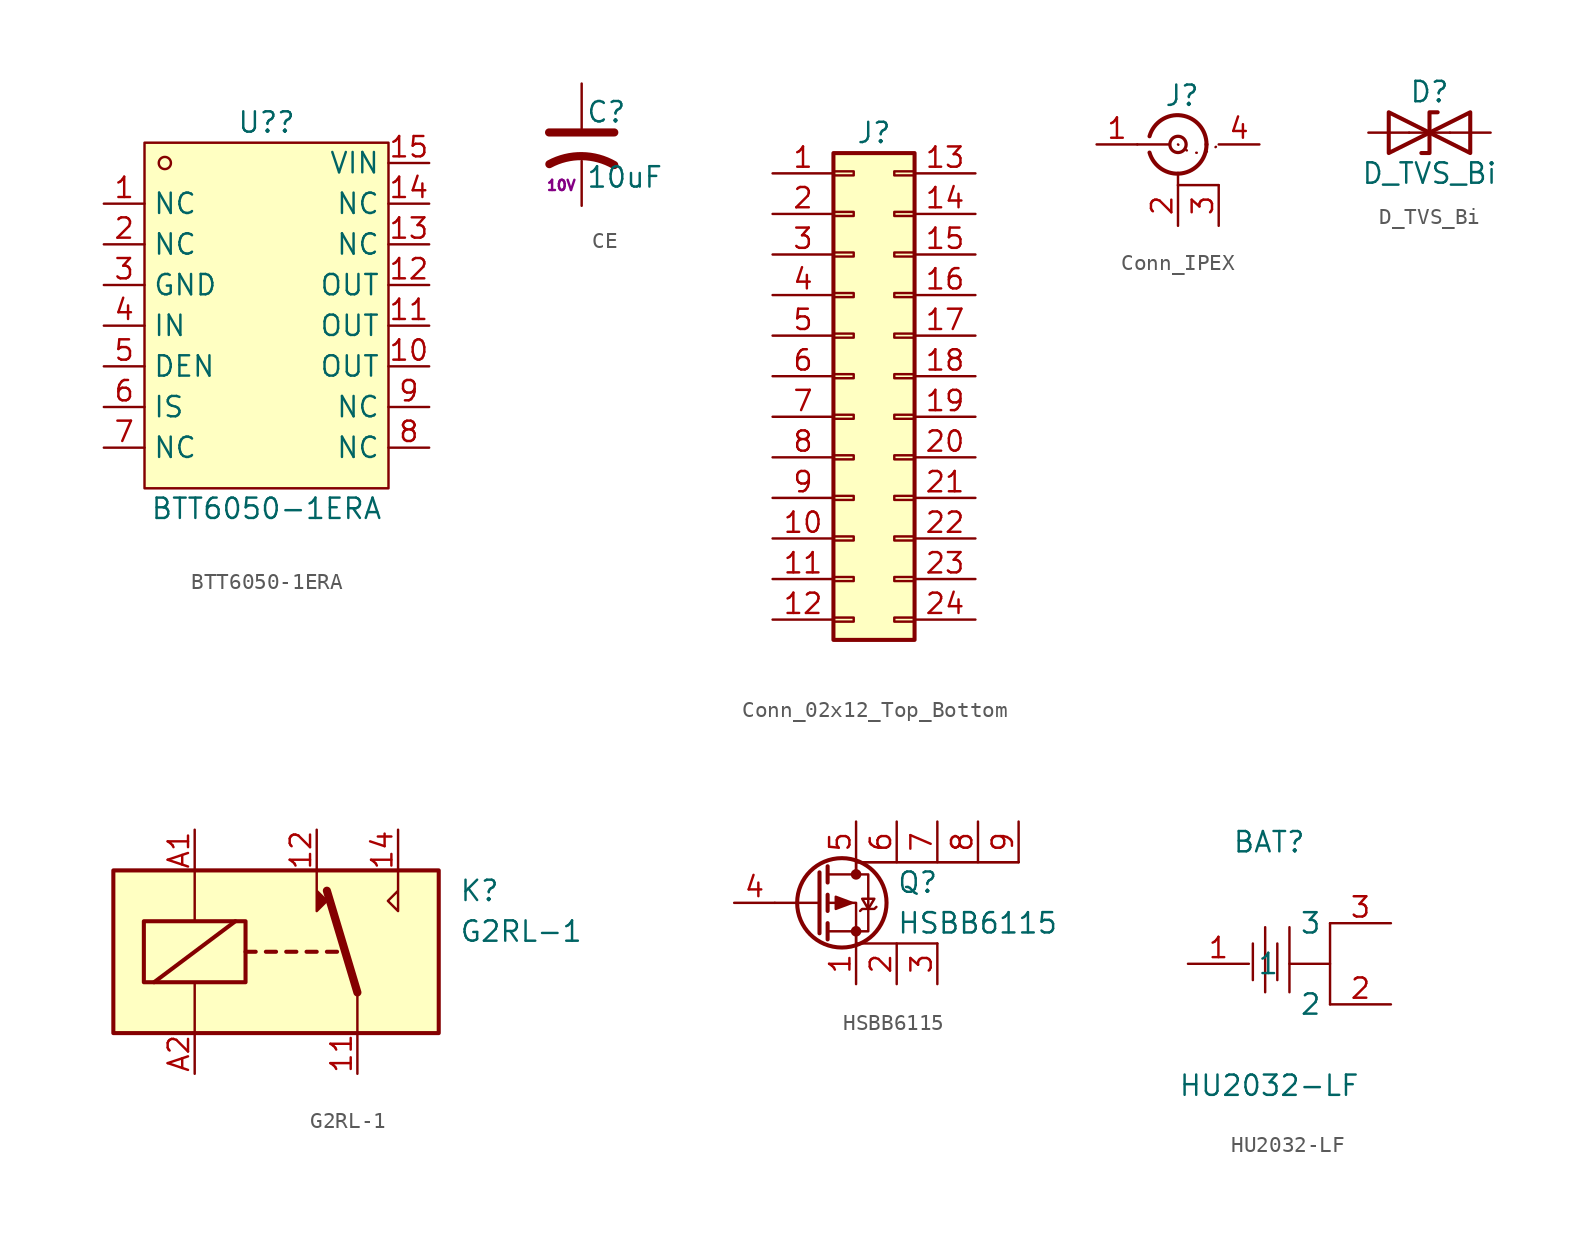
<source format=kicad_sym>
(kicad_symbol_lib
  (version 20241209)
  (generator "kicad_symbol_editor")
  (generator_version "9.0")
  (symbol "BTT6050-1ERA"
    (property "Reference" "U?"
      (at 0 6.35 0)
      (effects (font (size 1.27 1.27))))
    (property "Value" "BTT6050-1ERA"
      (at 0 -17.78 0)
      (effects (font (size 1.27 1.27))))
    (symbol "BTT6050-1ERA_0_1"
      (rectangle (start -7.62 5.08) (end 7.62 -16.51) (stroke (width 0) (type default)) (fill (type background)))
      (circle (center -6.35 3.81) (radius 0.38) (stroke (width 0) (type default)) (fill (type none))))
    (symbol "BTT6050-1ERA_1_1"
      (pin free line (at -10.16 1.27 0) (length 2.54) (name "NC" (effects (font (size 1.27 1.27)))) (number "1" (effects (font (size 1.27 1.27)))))
      (pin free line (at -10.16 -1.27 0) (length 2.54) (name "NC" (effects (font (size 1.27 1.27)))) (number "2" (effects (font (size 1.27 1.27)))))
      (pin power_in line (at -10.16 -3.81 0) (length 2.54) (name "GND" (effects (font (size 1.27 1.27)))) (number "3" (effects (font (size 1.27 1.27)))))
      (pin input line (at -10.16 -6.35 0) (length 2.54) (name "IN" (effects (font (size 1.27 1.27)))) (number "4" (effects (font (size 1.27 1.27)))))
      (pin input line (at -10.16 -8.89 0) (length 2.54) (name "DEN" (effects (font (size 1.27 1.27)))) (number "5" (effects (font (size 1.27 1.27)))))
      (pin output line (at -10.16 -11.43 0) (length 2.54) (name "IS" (effects (font (size 1.27 1.27)))) (number "6" (effects (font (size 1.27 1.27)))))
      (pin free line (at -10.16 -13.97 0) (length 2.54) (name "NC" (effects (font (size 1.27 1.27)))) (number "7" (effects (font (size 1.27 1.27)))))
      (pin power_in line (at 10.16 3.81 180) (length 2.54) (name "VIN" (effects (font (size 1.27 1.27)))) (number "15" (effects (font (size 1.27 1.27)))))
      (pin free line (at 10.16 1.27 180) (length 2.54) (name "NC" (effects (font (size 1.27 1.27)))) (number "14" (effects (font (size 1.27 1.27)))))
      (pin free line (at 10.16 -1.27 180) (length 2.54) (name "NC" (effects (font (size 1.27 1.27)))) (number "13" (effects (font (size 1.27 1.27)))))
      (pin power_out line (at 10.16 -3.81 180) (length 2.54) (name "OUT" (effects (font (size 1.27 1.27)))) (number "12" (effects (font (size 1.27 1.27)))))
      (pin power_out line (at 10.16 -6.35 180) (length 2.54) (name "OUT" (effects (font (size 1.27 1.27)))) (number "11" (effects (font (size 1.27 1.27)))))
      (pin power_out line (at 10.16 -8.89 180) (length 2.54) (name "OUT" (effects (font (size 1.27 1.27)))) (number "10" (effects (font (size 1.27 1.27)))))
      (pin free line (at 10.16 -11.43 180) (length 2.54) (name "NC" (effects (font (size 1.27 1.27)))) (number "9" (effects (font (size 1.27 1.27)))))
      (pin free line (at 10.16 -13.97 180) (length 2.54) (name "NC" (effects (font (size 1.27 1.27)))) (number "8" (effects (font (size 1.27 1.27)))))))
  (symbol "CE"
    (pin_numbers
      (hide yes))
    (pin_names
      (offset 0)
      (hide yes))
    (property "Reference" "C"
      (at 0.254 2.032 0)
      (do_not_autoplace)
      (effects (font (size 1.27 1.27)) (justify left)))
    (property "Value" "10uF"
      (at 0.254 -2.032 0)
      (do_not_autoplace)
      (effects (font (size 1.27 1.27)) (justify left)))
    (property "Voltage" "10V"
      (at -1.27 -2.54 0)
      (do_not_autoplace)
      (effects (font (size 0.635 0.635))))
    (symbol "CE_0_1"
      (polyline (pts (xy -2.032 0.762) (xy 2.032 0.762)) (stroke (width 0.508) (type default)) (fill (type none)))
      (arc (start -2.0137 -1.2146) (mid 0.0164 -0.7146) (end 2.032 -1.27) (stroke (width 0.508) (type default)) (fill (type none))))
    (symbol "CE_1_1"
      (pin passive line (at 0 3.81 270) (length 2.794) (name "~" (effects (font (size 1.27 1.27)))) (number "1" (effects (font (size 1.27 1.27)))))
      (pin passive line (at 0 -3.81 90) (length 2.794) (name "~" (effects (font (size 1.27 1.27)))) (number "2" (effects (font (size 1.27 1.27)))))))
  (symbol "Conn_02x12_Top_Bottom"
    (pin_names
      (offset 1.016)
      (hide yes))
    (property "Reference" "J"
      (at 1.27 15.24 0)
      (effects (font (size 1.27 1.27))))
    (symbol "Conn_02x12_Top_Bottom_1_1"
      (rectangle (start -1.27 13.97) (end 3.81 -16.51) (stroke (width 0.254) (type default)) (fill (type background)))
      (rectangle (start -1.27 12.827) (end 0 12.573) (stroke (width 0.152) (type default)) (fill (type none)))
      (rectangle (start -1.27 10.287) (end 0 10.033) (stroke (width 0.152) (type default)) (fill (type none)))
      (rectangle (start -1.27 7.747) (end 0 7.493) (stroke (width 0.152) (type default)) (fill (type none)))
      (rectangle (start -1.27 5.207) (end 0 4.953) (stroke (width 0.152) (type default)) (fill (type none)))
      (rectangle (start -1.27 2.667) (end 0 2.413) (stroke (width 0.152) (type default)) (fill (type none)))
      (rectangle (start -1.27 0.127) (end 0 -0.127) (stroke (width 0.152) (type default)) (fill (type none)))
      (rectangle (start -1.27 -2.413) (end 0 -2.667) (stroke (width 0.152) (type default)) (fill (type none)))
      (rectangle (start -1.27 -4.953) (end 0 -5.207) (stroke (width 0.152) (type default)) (fill (type none)))
      (rectangle (start -1.27 -7.493) (end 0 -7.747) (stroke (width 0.152) (type default)) (fill (type none)))
      (rectangle (start -1.27 -10.033) (end 0 -10.287) (stroke (width 0.152) (type default)) (fill (type none)))
      (rectangle (start -1.27 -12.573) (end 0 -12.827) (stroke (width 0.152) (type default)) (fill (type none)))
      (rectangle (start -1.27 -15.113) (end 0 -15.367) (stroke (width 0.152) (type default)) (fill (type none)))
      (rectangle (start 3.81 12.827) (end 2.54 12.573) (stroke (width 0.152) (type default)) (fill (type none)))
      (rectangle (start 3.81 10.287) (end 2.54 10.033) (stroke (width 0.152) (type default)) (fill (type none)))
      (rectangle (start 3.81 7.747) (end 2.54 7.493) (stroke (width 0.152) (type default)) (fill (type none)))
      (rectangle (start 3.81 5.207) (end 2.54 4.953) (stroke (width 0.152) (type default)) (fill (type none)))
      (rectangle (start 3.81 2.667) (end 2.54 2.413) (stroke (width 0.152) (type default)) (fill (type none)))
      (rectangle (start 3.81 0.127) (end 2.54 -0.127) (stroke (width 0.152) (type default)) (fill (type none)))
      (rectangle (start 3.81 -2.413) (end 2.54 -2.667) (stroke (width 0.152) (type default)) (fill (type none)))
      (rectangle (start 3.81 -4.953) (end 2.54 -5.207) (stroke (width 0.152) (type default)) (fill (type none)))
      (rectangle (start 3.81 -7.493) (end 2.54 -7.747) (stroke (width 0.152) (type default)) (fill (type none)))
      (rectangle (start 3.81 -10.033) (end 2.54 -10.287) (stroke (width 0.152) (type default)) (fill (type none)))
      (rectangle (start 3.81 -12.573) (end 2.54 -12.827) (stroke (width 0.152) (type default)) (fill (type none)))
      (rectangle (start 3.81 -15.113) (end 2.54 -15.367) (stroke (width 0.152) (type default)) (fill (type none)))
      (pin passive line (at -5.08 12.7 0) (length 3.81) (name "Pin_1" (effects (font (size 1.27 1.27)))) (number "1" (effects (font (size 1.27 1.27)))))
      (pin passive line (at -5.08 10.16 0) (length 3.81) (name "Pin_2" (effects (font (size 1.27 1.27)))) (number "2" (effects (font (size 1.27 1.27)))))
      (pin passive line (at -5.08 7.62 0) (length 3.81) (name "Pin_3" (effects (font (size 1.27 1.27)))) (number "3" (effects (font (size 1.27 1.27)))))
      (pin passive line (at -5.08 5.08 0) (length 3.81) (name "Pin_4" (effects (font (size 1.27 1.27)))) (number "4" (effects (font (size 1.27 1.27)))))
      (pin passive line (at -5.08 2.54 0) (length 3.81) (name "Pin_5" (effects (font (size 1.27 1.27)))) (number "5" (effects (font (size 1.27 1.27)))))
      (pin passive line (at -5.08 0 0) (length 3.81) (name "Pin_6" (effects (font (size 1.27 1.27)))) (number "6" (effects (font (size 1.27 1.27)))))
      (pin passive line (at -5.08 -2.54 0) (length 3.81) (name "Pin_7" (effects (font (size 1.27 1.27)))) (number "7" (effects (font (size 1.27 1.27)))))
      (pin passive line (at -5.08 -5.08 0) (length 3.81) (name "Pin_8" (effects (font (size 1.27 1.27)))) (number "8" (effects (font (size 1.27 1.27)))))
      (pin passive line (at -5.08 -7.62 0) (length 3.81) (name "Pin_9" (effects (font (size 1.27 1.27)))) (number "9" (effects (font (size 1.27 1.27)))))
      (pin passive line (at -5.08 -10.16 0) (length 3.81) (name "Pin_10" (effects (font (size 1.27 1.27)))) (number "10" (effects (font (size 1.27 1.27)))))
      (pin passive line (at -5.08 -12.7 0) (length 3.81) (name "Pin_11" (effects (font (size 1.27 1.27)))) (number "11" (effects (font (size 1.27 1.27)))))
      (pin passive line (at -5.08 -15.24 0) (length 3.81) (name "Pin_12" (effects (font (size 1.27 1.27)))) (number "12" (effects (font (size 1.27 1.27)))))
      (pin passive line (at 7.62 12.7 180) (length 3.81) (name "Pin_13" (effects (font (size 1.27 1.27)))) (number "13" (effects (font (size 1.27 1.27)))))
      (pin passive line (at 7.62 10.16 180) (length 3.81) (name "Pin_14" (effects (font (size 1.27 1.27)))) (number "14" (effects (font (size 1.27 1.27)))))
      (pin passive line (at 7.62 7.62 180) (length 3.81) (name "Pin_15" (effects (font (size 1.27 1.27)))) (number "15" (effects (font (size 1.27 1.27)))))
      (pin passive line (at 7.62 5.08 180) (length 3.81) (name "Pin_16" (effects (font (size 1.27 1.27)))) (number "16" (effects (font (size 1.27 1.27)))))
      (pin passive line (at 7.62 2.54 180) (length 3.81) (name "Pin_17" (effects (font (size 1.27 1.27)))) (number "17" (effects (font (size 1.27 1.27)))))
      (pin passive line (at 7.62 0 180) (length 3.81) (name "Pin_18" (effects (font (size 1.27 1.27)))) (number "18" (effects (font (size 1.27 1.27)))))
      (pin passive line (at 7.62 -2.54 180) (length 3.81) (name "Pin_19" (effects (font (size 1.27 1.27)))) (number "19" (effects (font (size 1.27 1.27)))))
      (pin passive line (at 7.62 -5.08 180) (length 3.81) (name "Pin_20" (effects (font (size 1.27 1.27)))) (number "20" (effects (font (size 1.27 1.27)))))
      (pin passive line (at 7.62 -7.62 180) (length 3.81) (name "Pin_21" (effects (font (size 1.27 1.27)))) (number "21" (effects (font (size 1.27 1.27)))))
      (pin passive line (at 7.62 -10.16 180) (length 3.81) (name "Pin_22" (effects (font (size 1.27 1.27)))) (number "22" (effects (font (size 1.27 1.27)))))
      (pin passive line (at 7.62 -12.7 180) (length 3.81) (name "Pin_23" (effects (font (size 1.27 1.27)))) (number "23" (effects (font (size 1.27 1.27)))))
      (pin passive line (at 7.62 -15.24 180) (length 3.81) (name "Pin_24" (effects (font (size 1.27 1.27)))) (number "24" (effects (font (size 1.27 1.27)))))))
  (symbol "Conn_IPEX"
    (pin_names
      (offset 1.016)
      (hide yes))
    (property "Reference" "J"
      (at 0.254 3.048 0)
      (effects (font (size 1.27 1.27))))
    (symbol "Conn_IPEX_0_1"
      (polyline (pts (xy -2.54 0) (xy -0.508 0)) (stroke (width 0) (type default)) (fill (type none)))
      (arc (start 1.778 0) (mid 0.222 -1.8079) (end -1.778 -0.508) (stroke (width 0.254) (type default)) (fill (type none)))
      (arc (start -1.778 0.508) (mid 0.2221 1.8084) (end 1.778 0) (stroke (width 0.254) (type default)) (fill (type none)))
      (circle (center 0 0) (radius 0.508) (stroke (width 0.203) (type default)) (fill (type none)))
      (polyline (pts (xy 0 -2.54) (xy 0 -1.778)) (stroke (width 0) (type default)) (fill (type none)))
      (polyline (pts (xy 2.54 -2.54) (xy 0 -2.54)) (stroke (width 0) (type default)) (fill (type none))))
    (symbol "Conn_IPEX_1_1"
      (arc (start 2.54 0) (mid 1.27 -0.5261) (end 0 0) (stroke (width 0) (type dot)) (fill (type none)))
      (pin passive line (at -5.08 0 0) (length 2.54) (name "In" (effects (font (size 1.27 1.27)))) (number "1" (effects (font (size 1.27 1.27)))))
      (pin passive line (at 0 -5.08 90) (length 2.54) (name "Ext" (effects (font (size 1.27 1.27)))) (number "2" (effects (font (size 1.27 1.27)))))
      (pin passive line (at 2.54 -5.08 90) (length 2.54) (name "Ext" (effects (font (size 1.27 1.27)))) (number "3" (effects (font (size 1.27 1.27)))))
      (pin passive line (at 5.08 0 180) (length 2.54) (name "PT" (effects (font (size 1.27 1.27)))) (number "4" (effects (font (size 1.27 1.27)))))))
  (symbol "D_TVS_Bi"
    (pin_numbers
      (hide yes))
    (pin_names
      (offset 1.016)
      (hide yes))
    (property "Reference" "D"
      (at 0 2.54 0)
      (effects (font (size 1.27 1.27))))
    (property "Value" "D_TVS_Bi"
      (at 0 -2.54 0)
      (effects (font (size 1.27 1.27))))
    (symbol "D_TVS_Bi_0_1"
      (polyline (pts (xy -2.54 1.27) (xy -2.54 -1.27) (xy 2.54 1.27) (xy 2.54 -1.27) (xy -2.54 1.27)) (stroke (width 0.254) (type default)) (fill (type none)))
      (polyline (pts (xy 0.508 1.27) (xy 0 1.27) (xy 0 -1.27) (xy -0.508 -1.27)) (stroke (width 0.254) (type default)) (fill (type none)))
      (polyline (pts (xy 1.27 0) (xy -1.27 0)) (stroke (width 0) (type default)) (fill (type none))))
    (symbol "D_TVS_Bi_1_1"
      (pin passive line (at -3.81 0 0) (length 2.54) (name "A1" (effects (font (size 1.27 1.27)))) (number "1" (effects (font (size 1.27 1.27)))))
      (pin passive line (at 3.81 0 180) (length 2.54) (name "A2" (effects (font (size 1.27 1.27)))) (number "2" (effects (font (size 1.27 1.27)))))))
  (symbol "G2RL-1"
    (property "Reference" "K"
      (at 11.43 3.81 0)
      (effects (font (size 1.27 1.27)) (justify left)))
    (property "Value" "G2RL-1"
      (at 11.43 1.27 0)
      (effects (font (size 1.27 1.27)) (justify left)))
    (symbol "G2RL-1_0_0"
      (polyline (pts (xy 7.62 5.08) (xy 7.62 2.54) (xy 6.985 3.175) (xy 7.62 3.81)) (stroke (width 0) (type default)) (fill (type none))))
    (symbol "G2RL-1_0_1"
      (rectangle (start -10.16 5.08) (end 10.16 -5.08) (stroke (width 0.254) (type default)) (fill (type background)))
      (rectangle (start -8.255 1.905) (end -1.905 -1.905) (stroke (width 0.254) (type default)) (fill (type none)))
      (polyline (pts (xy -7.62 -1.905) (xy -2.54 1.905)) (stroke (width 0.254) (type default)) (fill (type none)))
      (polyline (pts (xy -5.08 5.08) (xy -5.08 1.905)) (stroke (width 0) (type default)) (fill (type none)))
      (polyline (pts (xy -5.08 -5.08) (xy -5.08 -1.905)) (stroke (width 0) (type default)) (fill (type none)))
      (polyline (pts (xy -1.905 0) (xy -1.27 0)) (stroke (width 0.254) (type default)) (fill (type none)))
      (polyline (pts (xy -0.635 0) (xy 0 0)) (stroke (width 0.254) (type default)) (fill (type none)))
      (polyline (pts (xy 0.635 0) (xy 1.27 0)) (stroke (width 0.254) (type default)) (fill (type none)))
      (polyline (pts (xy 1.905 0) (xy 2.54 0)) (stroke (width 0.254) (type default)) (fill (type none)))
      (polyline (pts (xy 2.54 5.08) (xy 2.54 2.54) (xy 3.175 3.175) (xy 2.54 3.81)) (stroke (width 0) (type default)) (fill (type outline)))
      (polyline (pts (xy 3.175 0) (xy 3.81 0)) (stroke (width 0.254) (type default)) (fill (type none)))
      (polyline (pts (xy 5.08 -2.54) (xy 3.175 3.81)) (stroke (width 0.508) (type default)) (fill (type none)))
      (polyline (pts (xy 5.08 -2.54) (xy 5.08 -5.08)) (stroke (width 0) (type default)) (fill (type none))))
    (symbol "G2RL-1_1_1"
      (pin passive line (at -5.08 7.62 270) (length 2.54) (name "~" (effects (font (size 1.27 1.27)))) (number "A1" (effects (font (size 1.27 1.27)))))
      (pin passive line (at -5.08 -7.62 90) (length 2.54) (name "~" (effects (font (size 1.27 1.27)))) (number "A2" (effects (font (size 1.27 1.27)))))
      (pin passive line (at 2.54 7.62 270) (length 2.54) (name "~" (effects (font (size 1.27 1.27)))) (number "12" (effects (font (size 1.27 1.27)))))
      (pin passive line (at 5.08 -7.62 90) (length 2.54) (name "~" (effects (font (size 1.27 1.27)))) (number "11" (effects (font (size 1.27 1.27)))))
      (pin passive line (at 7.62 7.62 270) (length 2.54) (name "~" (effects (font (size 1.27 1.27)))) (number "14" (effects (font (size 1.27 1.27)))))))
  (symbol "HSBB6115"
    (pin_names
      (offset 0)
      (hide yes))
    (property "Reference" "Q"
      (at 5.08 1.27 0)
      (effects (font (size 1.27 1.27)) (justify left)))
    (property "Value" "HSBB6115"
      (at 5.08 -1.27 0)
      (effects (font (size 1.27 1.27)) (justify left)))
    (symbol "HSBB6115_0_1"
      (polyline (pts (xy 0.254 1.905) (xy 0.254 -1.905)) (stroke (width 0.254) (type default)) (fill (type none)))
      (polyline (pts (xy 0.254 0) (xy -2.54 0)) (stroke (width 0) (type default)) (fill (type none)))
      (polyline (pts (xy 0.762 2.286) (xy 0.762 1.27)) (stroke (width 0.254) (type default)) (fill (type none)))
      (polyline (pts (xy 0.762 1.778) (xy 3.302 1.778) (xy 3.302 -1.778) (xy 0.762 -1.778)) (stroke (width 0) (type default)) (fill (type none)))
      (polyline (pts (xy 0.762 0.508) (xy 0.762 -0.508)) (stroke (width 0.254) (type default)) (fill (type none)))
      (polyline (pts (xy 0.762 -1.27) (xy 0.762 -2.286)) (stroke (width 0.254) (type default)) (fill (type none)))
      (circle (center 1.651 0) (radius 2.794) (stroke (width 0.254) (type default)) (fill (type none)))
      (polyline (pts (xy 2.286 0) (xy 1.27 0.381) (xy 1.27 -0.381) (xy 2.286 0)) (stroke (width 0) (type default)) (fill (type outline)))
      (circle (center 2.54 1.778) (radius 0.254) (stroke (width 0) (type default)) (fill (type outline)))
      (circle (center 2.54 -1.778) (radius 0.254) (stroke (width 0) (type default)) (fill (type outline)))
      (polyline (pts (xy 2.54 -2.54) (xy 2.54 0) (xy 0.762 0)) (stroke (width 0) (type default)) (fill (type none)))
      (polyline (pts (xy 2.794 -0.508) (xy 2.921 -0.381) (xy 3.683 -0.381) (xy 3.81 -0.254)) (stroke (width 0) (type default)) (fill (type none)))
      (polyline (pts (xy 3.302 -0.381) (xy 2.921 0.254) (xy 3.683 0.254) (xy 3.302 -0.381)) (stroke (width 0) (type default)) (fill (type none)))
      (polyline (pts (xy 7.62 -2.54) (xy 2.54 -2.54) (xy 2.54 -1.778)) (stroke (width 0) (type default)) (fill (type none)))
      (polyline (pts (xy 12.7 2.54) (xy 2.54 2.54) (xy 2.54 1.778)) (stroke (width 0) (type default)) (fill (type none)))
      (polyline (pts (xy 12.7 2.54) (xy 2.54 2.54) (xy 2.54 1.778)) (stroke (width 0) (type default)) (fill (type none))))
    (symbol "HSBB6115_1_1"
      (pin input line (at -5.08 0 0) (length 2.54) (name "G" (effects (font (size 1.27 1.27)))) (number "4" (effects (font (size 1.27 1.27)))))
      (pin passive line (at 2.54 5.08 270) (length 2.54) (name "D" (effects (font (size 1.27 1.27)))) (number "5" (effects (font (size 1.27 1.27)))))
      (pin passive line (at 2.54 -5.08 90) (length 2.54) (name "S" (effects (font (size 1.27 1.27)))) (number "1" (effects (font (size 1.27 1.27)))))
      (pin passive line (at 5.08 5.08 270) (length 2.54) (name "D" (effects (font (size 1.27 1.27)))) (number "6" (effects (font (size 1.27 1.27)))))
      (pin passive line (at 5.08 -5.08 90) (length 2.54) (name "S" (effects (font (size 1.27 1.27)))) (number "2" (effects (font (size 1.27 1.27)))))
      (pin passive line (at 7.62 5.08 270) (length 2.54) (name "D" (effects (font (size 1.27 1.27)))) (number "7" (effects (font (size 1.27 1.27)))))
      (pin passive line (at 7.62 -5.08 90) (length 2.54) (name "S" (effects (font (size 1.27 1.27)))) (number "3" (effects (font (size 1.27 1.27)))))
      (pin passive line (at 10.16 5.08 270) (length 2.54) (name "D" (effects (font (size 1.27 1.27)))) (number "8" (effects (font (size 1.27 1.27)))))
      (pin passive line (at 12.7 5.08 270) (length 2.54) (name "D" (effects (font (size 1.27 1.27)))) (number "9" (effects (font (size 1.27 1.27)))))))
  (symbol "HU2032-LF"
    (property "Reference" "BAT"
      (at 0 7.62 0)
      (effects (font (size 1.27 1.27))))
    (property "Value" "HU2032-LF"
      (at 0 -7.62 0)
      (effects (font (size 1.27 1.27))))
    (symbol "HU2032-LF_0_1"
      (polyline (pts (xy -1.02 1.27) (xy -1.02 -1.02)) (stroke (width 0) (type default)) (fill (type none)))
      (polyline (pts (xy -0.25 2.29) (xy -0.25 -1.78)) (stroke (width 0) (type default)) (fill (type none)))
      (polyline (pts (xy 0.51 1.27) (xy 0.51 -1.02)) (stroke (width 0) (type default)) (fill (type none)))
      (polyline (pts (xy 1.27 2.29) (xy 1.27 -1.78)) (stroke (width 0) (type default)) (fill (type none)))
      (polyline (pts (xy 3.81 2.54) (xy 3.81 -2.54)) (stroke (width 0) (type default)) (fill (type none)))
      (polyline (pts (xy 3.81 0) (xy 1.27 0)) (stroke (width 0) (type default)) (fill (type none)))
      (pin input line (at -5.08 0 0) (length 3.81) (name "1" (effects (font (size 1.27 1.27)))) (number "1" (effects (font (size 1.27 1.27)))))
      (pin input line (at 7.62 2.54 180) (length 3.81) (name "3" (effects (font (size 1.27 1.27)))) (number "3" (effects (font (size 1.27 1.27)))))
      (pin input line (at 7.62 -2.54 180) (length 3.81) (name "2" (effects (font (size 1.27 1.27)))) (number "2" (effects (font (size 1.27 1.27))))))))
</source>
